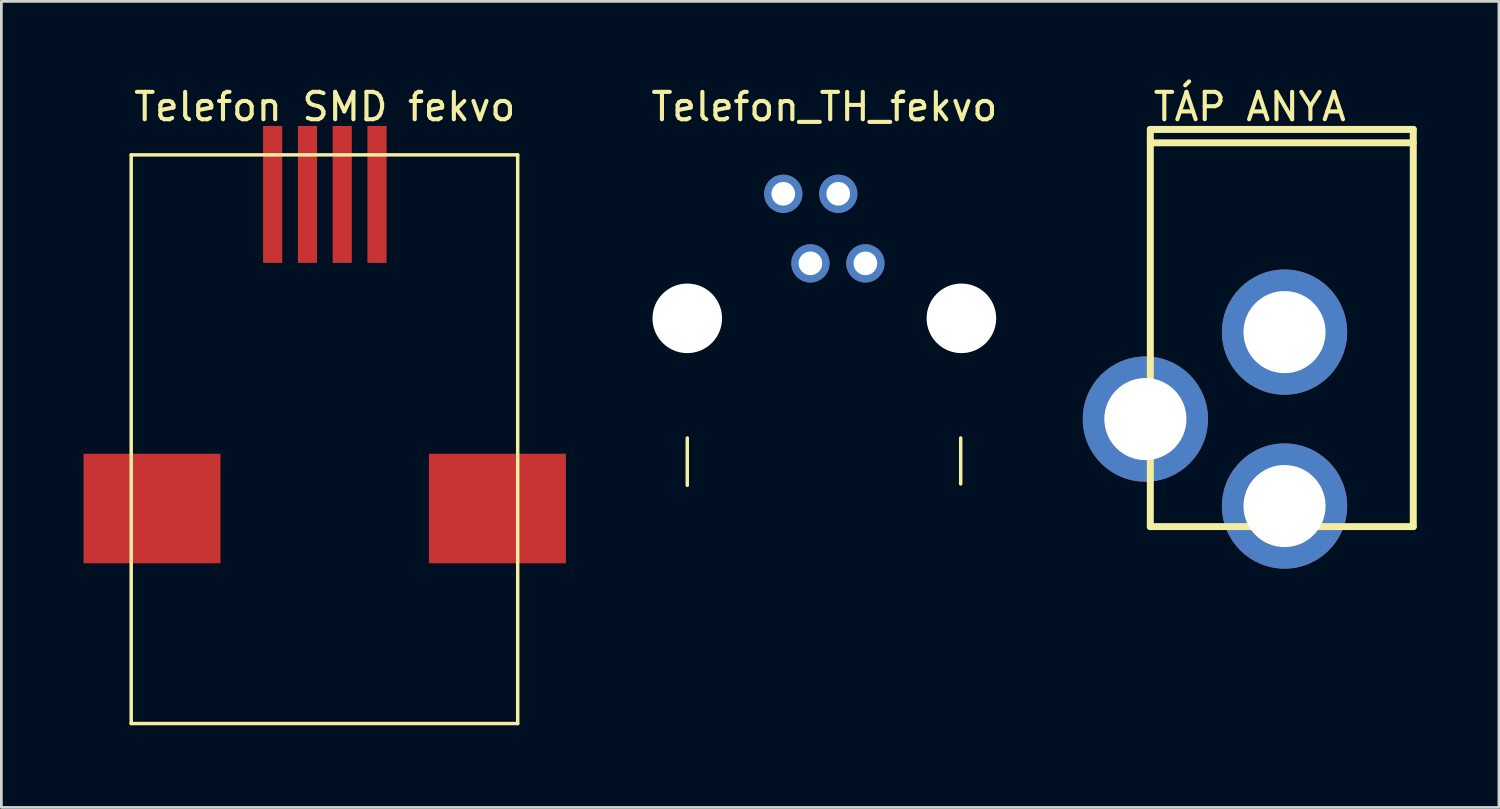
<source format=kicad_pcb>
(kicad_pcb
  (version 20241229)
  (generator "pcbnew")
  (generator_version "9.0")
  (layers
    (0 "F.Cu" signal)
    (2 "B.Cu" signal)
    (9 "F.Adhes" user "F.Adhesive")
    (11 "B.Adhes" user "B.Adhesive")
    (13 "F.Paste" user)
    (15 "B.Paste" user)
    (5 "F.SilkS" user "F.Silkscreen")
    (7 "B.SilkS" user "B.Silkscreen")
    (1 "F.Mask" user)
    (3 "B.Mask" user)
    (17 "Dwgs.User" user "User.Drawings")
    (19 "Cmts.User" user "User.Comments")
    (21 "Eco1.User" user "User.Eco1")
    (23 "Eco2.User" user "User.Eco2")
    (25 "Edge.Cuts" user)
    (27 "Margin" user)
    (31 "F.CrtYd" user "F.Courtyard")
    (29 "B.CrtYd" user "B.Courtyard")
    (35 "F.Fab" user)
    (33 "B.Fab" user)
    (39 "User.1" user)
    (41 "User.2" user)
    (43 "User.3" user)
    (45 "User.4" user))
  (footprint "Telefon_TH_fekvo"
    (layer "F.Cu")
    (at 27.045 8.597)
    (property "Reference" "Telefon_TH_fekvo" (at 0 -7.748 0) (layer "F.SilkS") (effects (font (size 1 1) (thickness 0.15))))
    (fp_line (start -5.004 6.071) (end -5.004 4.343) (stroke (width 0.127) (type solid)) (layer "F.SilkS"))
    (fp_line (start 4.978 6.02) (end 4.978 4.343) (stroke (width 0.127) (type solid)) (layer "F.SilkS"))
    (pad "" np_thru_hole circle (at -5.004 -0.025 180) (size 2.54 2.54) (drill 2.54) (layers "*.Cu" "*.Mask"))
    (pad "" np_thru_hole circle (at 5.004 -0.025 180) (size 2.54 2.54) (drill 2.54) (layers "*.Cu" "*.Mask"))
    (pad "A" thru_hole circle (at 0.508 -4.572 180) (size 1.397 1.397) (drill 0.864) (layers "*.Cu" "*.Mask"))
    (pad "B" thru_hole circle (at -0.508 -2.032 180) (size 1.397 1.397) (drill 0.864) (layers "*.Cu" "*.Mask"))
    (pad "GND" thru_hole circle (at 1.499 -2.032 180) (size 1.397 1.397) (drill 0.864) (layers "*.Cu" "*.Mask"))
    (pad "VCC" thru_hole circle (at -1.499 -4.572 180) (size 1.397 1.397) (drill 0.864) (layers "*.Cu" "*.Mask"))
    (zone (net_name "") (layer "F.SilkS") (hatch edge 0.5) (connect_pads) (min_thickness 0.25) (filled_areas_thickness no) (keepout (tracks not_allowed) (vias not_allowed) (pads not_allowed) (copperpour not_allowed) (footprints allowed)) (placement (enabled no)) (fill) (polygon (pts (xy 21.986 1.587) (xy 22.021 1.553) (xy 22.069 1.553) (xy 22.104 1.587) (xy 22.109 1.612) (xy 22.109 12.915) (xy 22.104 12.939) (xy 22.069 12.973) (xy 22.021 12.973) (xy 21.986 12.939) (xy 21.982 12.915) (xy 21.982 1.612))))
    (zone (net_name "") (layer "F.SilkS") (hatch edge 0.5) (connect_pads) (min_thickness 0.25) (filled_areas_thickness no) (keepout (tracks not_allowed) (vias not_allowed) (pads not_allowed) (copperpour not_allowed) (footprints allowed)) (placement (enabled no)) (fill) (polygon (pts (xy 31.986 1.587) (xy 32.021 1.553) (xy 32.069 1.553) (xy 32.104 1.587) (xy 32.109 1.612) (xy 32.109 12.915) (xy 32.104 12.939) (xy 32.069 12.973) (xy 32.021 12.973) (xy 31.986 12.939) (xy 31.982 12.915) (xy 31.982 1.612))))
    (zone (net_name "") (layer "F.SilkS") (hatch edge 0.5) (connect_pads) (min_thickness 0.25) (filled_areas_thickness no) (keepout (tracks not_allowed) (vias not_allowed) (pads not_allowed) (copperpour not_allowed) (footprints allowed)) (placement (enabled no)) (fill) (polygon (pts (xy 32.048 1.553) (xy 32.082 1.587) (xy 32.082 1.636) (xy 32.048 1.67) (xy 32.023 1.675) (xy 22.041 1.675) (xy 22.017 1.67) (xy 21.983 1.636) (xy 21.983 1.587) (xy 22.017 1.553) (xy 22.041 1.548) (xy 32.023 1.548))))
    (zone (net_name "") (layer "F.SilkS") (hatch edge 0.5) (connect_pads) (min_thickness 0.25) (filled_areas_thickness no) (keepout (tracks not_allowed) (vias not_allowed) (pads not_allowed) (copperpour not_allowed) (footprints allowed)) (placement (enabled no)) (fill) (polygon (pts (xy 32.048 12.881) (xy 32.082 12.916) (xy 32.082 12.964) (xy 32.048 12.999) (xy 32.023 13.004) (xy 22.041 13.004) (xy 22.017 12.999) (xy 21.983 12.964) (xy 21.983 12.916) (xy 22.017 12.881) (xy 22.041 12.877) (xy 32.023 12.877))))
    (zone (net_name "") (layer "F.SilkS") (hatch edge 0.5) (connect_pads) (min_thickness 0.25) (filled_areas_thickness no) (keepout (tracks not_allowed) (vias not_allowed) (pads not_allowed) (copperpour not_allowed) (footprints allowed)) (placement (enabled no)) (fill) (polygon (pts (xy 32.048 14.638) (xy 32.082 14.672) (xy 32.082 14.721) (xy 32.048 14.755) (xy 32.023 14.76) (xy 22.041 14.76) (xy 22.017 14.755) (xy 21.983 14.721) (xy 21.983 14.672) (xy 22.017 14.638) (xy 22.041 14.633) (xy 32.023 14.633)))))
  (footprint "Telefon SMD fekvo"
    (layer "F.Cu")
    (at 8.805 15.515)
    (property "Reference" "Telefon SMD fekvo" (at 0 -14.667 0) (layer "F.SilkS") (effects (font (size 1 1) (thickness 0.15))))
    (fp_line (start -7.065 -12.91) (end 7.045 -12.91) (stroke (width 0.127) (type solid)) (layer "F.SilkS"))
    (fp_line (start -7.065 7.85) (end -7.065 -12.91) (stroke (width 0.127) (type solid)) (layer "F.SilkS"))
    (fp_line (start -7.065 7.85) (end 7.045 7.85) (stroke (width 0.127) (type solid)) (layer "F.SilkS"))
    (fp_line (start 7.045 7.85) (end 7.045 -12.91) (stroke (width 0.127) (type solid)) (layer "F.SilkS"))
    (pad "0" smd rect (at -6.305 0) (size 5 4) (layers "F.Cu" "F.Mask" "F.Paste"))
    (pad "0" smd rect (at 6.305 0) (size 5 4) (layers "F.Cu" "F.Mask" "F.Paste"))
    (pad "A" smd rect (at -0.63 -11.467) (size 0.7 5) (layers "F.Cu" "F.Mask" "F.Paste"))
    (pad "B" smd rect (at 0.639 -11.467) (size 0.7 5) (layers "F.Cu" "F.Mask" "F.Paste"))
    (pad "GND" smd rect (at -1.901 -11.467) (size 0.7 5) (layers "F.Cu" "F.Mask" "F.Paste"))
    (pad "VCC" smd rect (at 1.909 -11.467) (size 0.7 5) (layers "F.Cu" "F.Mask" "F.Paste")))
  (footprint "TÁP ANYA"
    (layer "F.Cu")
    (at 43.846 15.425)
    (property "Reference" "TÁP ANYA" (at -1.27 -14.577 0) (layer "F.SilkS") (effects (font (size 1 1) (thickness 0.15))))
    (fp_line (start -4.9 -13.75) (end 4.7 -13.75) (stroke (width 0.254) (type solid)) (layer "F.SilkS"))
    (fp_line (start -4.9 -13.262) (end 4.7 -13.262) (stroke (width 0.254) (type solid)) (layer "F.SilkS"))
    (fp_line (start -4.9 0.75) (end -4.9 -13.75) (stroke (width 0.254) (type solid)) (layer "F.SilkS"))
    (fp_line (start -4.9 0.75) (end 4.7 0.75) (stroke (width 0.254) (type solid)) (layer "F.SilkS"))
    (fp_line (start 4.7 0.75) (end 4.7 -13.75) (stroke (width 0.254) (type solid)) (layer "F.SilkS"))
    (fp_line (start -4.902 -13.767) (end 4.699 -13.767) (stroke (width 0.254) (type solid)) (layer "Eco2.User"))
    (fp_line (start -4.902 0.787) (end -4.902 -13.767) (stroke (width 0.254) (type solid)) (layer "Eco2.User"))
    (fp_line (start -4.902 0.787) (end 4.699 0.787) (stroke (width 0.254) (type solid)) (layer "Eco2.User"))
    (fp_line (start 4.699 0.787) (end 4.699 -13.767) (stroke (width 0.254) (type solid)) (layer "Eco2.User"))
    (fp_text_box "${REFERENCE}" (start 1.803 -8.484) (end -0.737 7.259) (margins 0 0 0 0) (angle 270) (layer "Eco2.User") (effects (font (size 1.524 1.524) (thickness 0.254)) (justify left top)) (border no) (stroke (width 0.1) (type default)))
    (pad "1" thru_hole circle (at 0 0) (size 4.572 4.572) (drill 2.997) (layers "*.Cu" "*.Mask"))
    (pad "2" thru_hole circle (at 0 -6.35) (size 4.572 4.572) (drill 2.997) (layers "*.Cu" "*.Mask"))
    (pad "3" thru_hole circle (at -5.08 -3.175) (size 4.572 4.572) (drill 2.997) (layers "*.Cu" "*.Mask")))
  (gr_rect
    (start -3 -3)
    (end 51.673 26.429)
    (stroke (width 0.1) (type default))
    (fill no)
    (layer "Edge.Cuts")))
</source>
